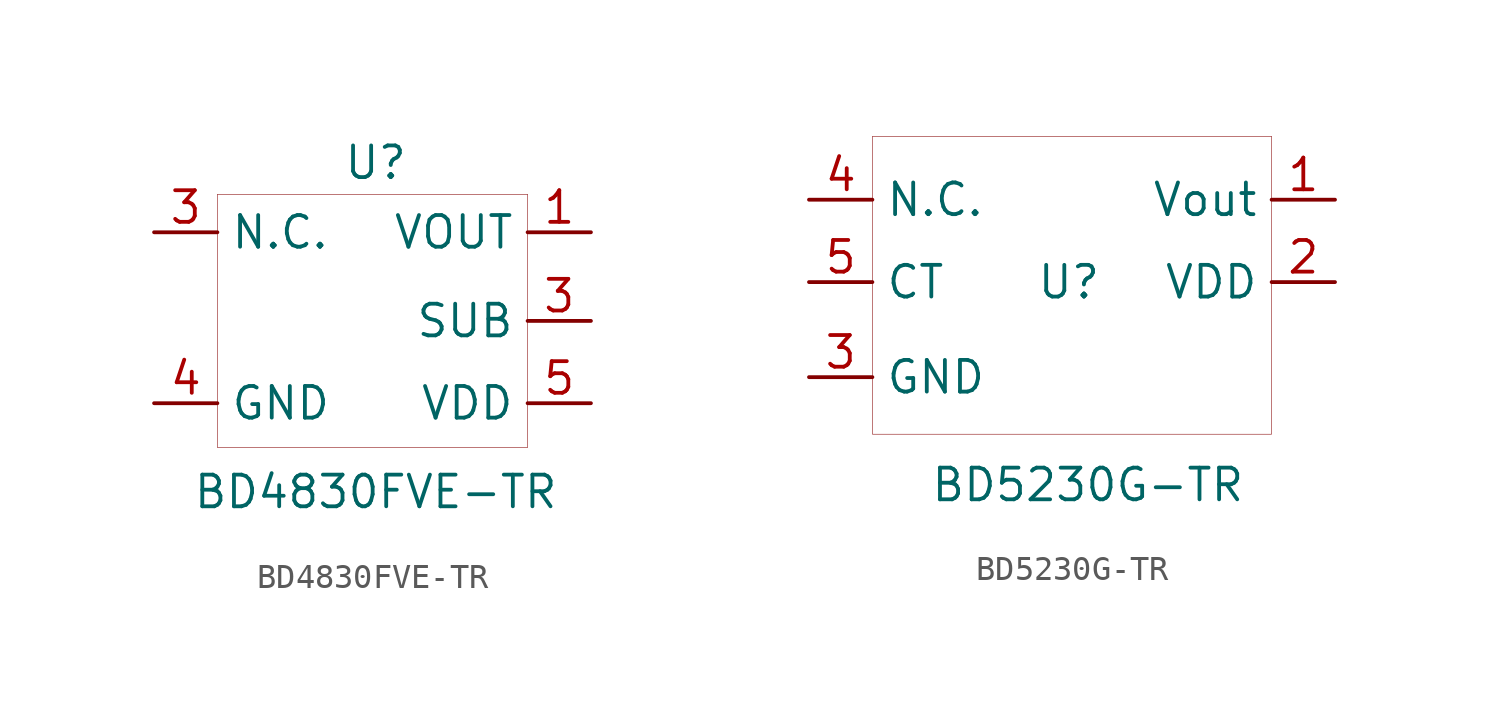
<source format=kicad_sym>
(kicad_symbol_lib
  (version 20201005)
  (generator kicad_symbol_editor)
  (symbol "dodo-power:BD4830FVE-TR"
    (property "Reference" "U"
      (at 0 6.35 0)
      (effects (font (size 1.27 1.27))))
    (property "Value" "BD4830FVE-TR"
      (at 0 -6.858 0)
      (effects (font (size 1.27 1.27))))
    (symbol "BD4830FVE-TR_0_1"
      (rectangle (start -6.35 5.08) (end 6.096 -5.08) (stroke (width 0.001)) (fill (type none))))
    (symbol "BD4830FVE-TR_1_1"
      (pin input line (at 8.636 -3.302 180) (length 2.54) (name "VDD" (effects (font (size 1.27 1.27)))) (number "5" (effects (font (size 1.27 1.27)))))
      (pin input line (at -8.89 -3.302 0) (length 2.54) (name "GND" (effects (font (size 1.27 1.27)))) (number "4" (effects (font (size 1.27 1.27)))))
      (pin input line (at 8.636 3.556 180) (length 2.54) (name "VOUT" (effects (font (size 1.27 1.27)))) (number "1" (effects (font (size 1.27 1.27)))))
      (pin input line (at 8.636 0 180) (length 2.54) (name "SUB" (effects (font (size 1.27 1.27)))) (number "3" (effects (font (size 1.27 1.27)))))
      (pin input line (at -8.89 3.556 0) (length 2.54) (name "N.C." (effects (font (size 1.27 1.27)))) (number "3" (effects (font (size 1.27 1.27)))))))
  (symbol "dodo-power:BD5230G-TR"
    (property "Reference" "U"
      (at 0 0 0)
      (effects (font (size 1.27 1.27))))
    (property "Value" "BD5230G-TR"
      (at 0.762 -8.128 0)
      (effects (font (size 1.27 1.27))))
    (symbol "BD5230G-TR_0_1"
      (rectangle (start -7.874 5.842) (end 8.128 -6.096) (stroke (width 0.001)) (fill (type none))))
    (symbol "BD5230G-TR_1_1"
      (pin input line (at 10.668 3.302 180) (length 2.54) (name "Vout" (effects (font (size 1.27 1.27)))) (number "1" (effects (font (size 1.27 1.27)))))
      (pin input line (at 10.668 0 180) (length 2.54) (name "VDD" (effects (font (size 1.27 1.27)))) (number "2" (effects (font (size 1.27 1.27)))))
      (pin input line (at -10.414 -3.81 0) (length 2.54) (name "GND" (effects (font (size 1.27 1.27)))) (number "3" (effects (font (size 1.27 1.27)))))
      (pin input line (at -10.414 0 0) (length 2.54) (name "CT" (effects (font (size 1.27 1.27)))) (number "5" (effects (font (size 1.27 1.27)))))
      (pin input line (at -10.414 3.302 0) (length 2.54) (name "N.C." (effects (font (size 1.27 1.27)))) (number "4" (effects (font (size 1.27 1.27))))))))
</source>
